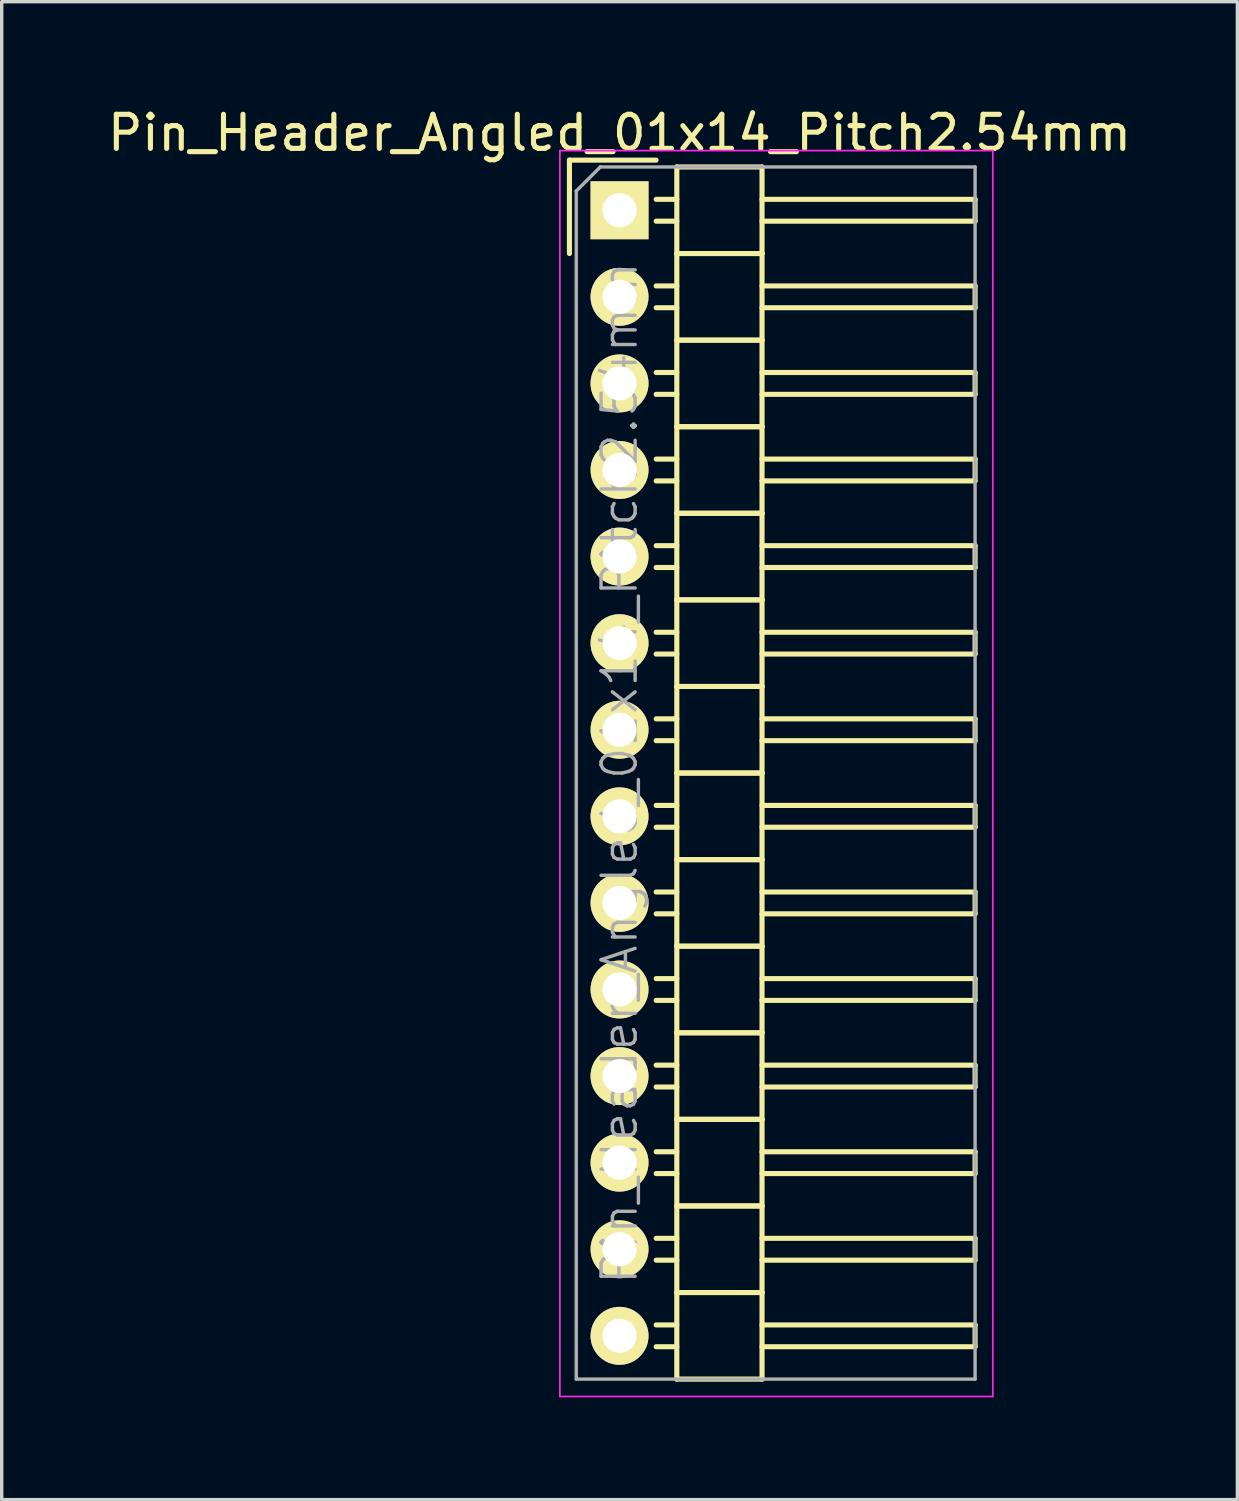
<source format=kicad_pcb>
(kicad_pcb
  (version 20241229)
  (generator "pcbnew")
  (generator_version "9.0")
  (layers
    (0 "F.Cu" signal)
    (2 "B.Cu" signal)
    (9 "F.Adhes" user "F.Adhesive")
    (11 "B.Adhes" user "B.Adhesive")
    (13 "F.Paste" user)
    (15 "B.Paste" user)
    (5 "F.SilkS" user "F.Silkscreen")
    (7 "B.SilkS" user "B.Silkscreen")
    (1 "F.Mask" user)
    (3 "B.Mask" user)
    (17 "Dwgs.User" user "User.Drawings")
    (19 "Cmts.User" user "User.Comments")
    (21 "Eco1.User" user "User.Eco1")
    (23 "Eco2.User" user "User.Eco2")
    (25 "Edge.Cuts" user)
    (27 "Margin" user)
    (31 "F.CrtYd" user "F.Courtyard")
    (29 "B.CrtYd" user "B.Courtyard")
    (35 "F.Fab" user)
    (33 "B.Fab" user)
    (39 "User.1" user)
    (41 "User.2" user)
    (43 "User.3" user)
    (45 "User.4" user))
  (footprint "Pin_Header_Angled_01x14_Pitch2.54mm"
    (layer "F.Cu")
    (at 15.125 3.118)
    (property "Reference" "Pin_Header_Angled_01x14_Pitch2.54mm" (at 0 -2.27 0) (layer "F.SilkS") (effects (font (size 1 1) (thickness 0.15))))
    (attr smd)
    (fp_line (start -1.47 -1.47) (end -1.47 1.27) (stroke (width 0.15) (type solid)) (layer "F.SilkS"))
    (fp_line (start -1.47 -1.47) (end 1.07 -1.47) (stroke (width 0.15) (type solid)) (layer "F.SilkS"))
    (fp_line (start 1.68 -0.32) (end 1.075 -0.32) (stroke (width 0.15) (type solid)) (layer "F.SilkS"))
    (fp_line (start 1.68 0.32) (end 1.075 0.32) (stroke (width 0.15) (type solid)) (layer "F.SilkS"))
    (fp_line (start 1.68 1.27) (end 1.68 -1.27) (stroke (width 0.15) (type solid)) (layer "F.SilkS"))
    (fp_line (start 1.68 2.22) (end 1.075 2.22) (stroke (width 0.15) (type solid)) (layer "F.SilkS"))
    (fp_line (start 1.68 2.86) (end 1.075 2.86) (stroke (width 0.15) (type solid)) (layer "F.SilkS"))
    (fp_line (start 1.68 3.81) (end 1.68 1.27) (stroke (width 0.15) (type solid)) (layer "F.SilkS"))
    (fp_line (start 1.68 4.76) (end 1.075 4.76) (stroke (width 0.15) (type solid)) (layer "F.SilkS"))
    (fp_line (start 1.68 5.4) (end 1.075 5.4) (stroke (width 0.15) (type solid)) (layer "F.SilkS"))
    (fp_line (start 1.68 6.35) (end 1.68 3.81) (stroke (width 0.15) (type solid)) (layer "F.SilkS"))
    (fp_line (start 1.68 7.3) (end 1.075 7.3) (stroke (width 0.15) (type solid)) (layer "F.SilkS"))
    (fp_line (start 1.68 7.94) (end 1.075 7.94) (stroke (width 0.15) (type solid)) (layer "F.SilkS"))
    (fp_line (start 1.68 8.89) (end 1.68 6.35) (stroke (width 0.15) (type solid)) (layer "F.SilkS"))
    (fp_line (start 1.68 9.84) (end 1.075 9.84) (stroke (width 0.15) (type solid)) (layer "F.SilkS"))
    (fp_line (start 1.68 10.48) (end 1.075 10.48) (stroke (width 0.15) (type solid)) (layer "F.SilkS"))
    (fp_line (start 1.68 11.43) (end 1.68 8.89) (stroke (width 0.15) (type solid)) (layer "F.SilkS"))
    (fp_line (start 1.68 12.38) (end 1.075 12.38) (stroke (width 0.15) (type solid)) (layer "F.SilkS"))
    (fp_line (start 1.68 13.02) (end 1.075 13.02) (stroke (width 0.15) (type solid)) (layer "F.SilkS"))
    (fp_line (start 1.68 13.97) (end 1.68 11.43) (stroke (width 0.15) (type solid)) (layer "F.SilkS"))
    (fp_line (start 1.68 14.92) (end 1.075 14.92) (stroke (width 0.15) (type solid)) (layer "F.SilkS"))
    (fp_line (start 1.68 15.56) (end 1.075 15.56) (stroke (width 0.15) (type solid)) (layer "F.SilkS"))
    (fp_line (start 1.68 16.51) (end 1.68 13.97) (stroke (width 0.15) (type solid)) (layer "F.SilkS"))
    (fp_line (start 1.68 17.46) (end 1.075 17.46) (stroke (width 0.15) (type solid)) (layer "F.SilkS"))
    (fp_line (start 1.68 18.1) (end 1.075 18.1) (stroke (width 0.15) (type solid)) (layer "F.SilkS"))
    (fp_line (start 1.68 19.05) (end 1.68 16.51) (stroke (width 0.15) (type solid)) (layer "F.SilkS"))
    (fp_line (start 1.68 20) (end 1.075 20) (stroke (width 0.15) (type solid)) (layer "F.SilkS"))
    (fp_line (start 1.68 20.64) (end 1.075 20.64) (stroke (width 0.15) (type solid)) (layer "F.SilkS"))
    (fp_line (start 1.68 21.59) (end 1.68 19.05) (stroke (width 0.15) (type solid)) (layer "F.SilkS"))
    (fp_line (start 1.68 22.54) (end 1.075 22.54) (stroke (width 0.15) (type solid)) (layer "F.SilkS"))
    (fp_line (start 1.68 23.18) (end 1.075 23.18) (stroke (width 0.15) (type solid)) (layer "F.SilkS"))
    (fp_line (start 1.68 24.13) (end 1.68 21.59) (stroke (width 0.15) (type solid)) (layer "F.SilkS"))
    (fp_line (start 1.68 25.08) (end 1.075 25.08) (stroke (width 0.15) (type solid)) (layer "F.SilkS"))
    (fp_line (start 1.68 25.72) (end 1.075 25.72) (stroke (width 0.15) (type solid)) (layer "F.SilkS"))
    (fp_line (start 1.68 26.67) (end 1.68 24.13) (stroke (width 0.15) (type solid)) (layer "F.SilkS"))
    (fp_line (start 1.68 27.62) (end 1.075 27.62) (stroke (width 0.15) (type solid)) (layer "F.SilkS"))
    (fp_line (start 1.68 28.26) (end 1.075 28.26) (stroke (width 0.15) (type solid)) (layer "F.SilkS"))
    (fp_line (start 1.68 29.21) (end 1.68 26.67) (stroke (width 0.15) (type solid)) (layer "F.SilkS"))
    (fp_line (start 1.68 30.16) (end 1.075 30.16) (stroke (width 0.15) (type solid)) (layer "F.SilkS"))
    (fp_line (start 1.68 30.8) (end 1.075 30.8) (stroke (width 0.15) (type solid)) (layer "F.SilkS"))
    (fp_line (start 1.68 31.75) (end 1.68 29.21) (stroke (width 0.15) (type solid)) (layer "F.SilkS"))
    (fp_line (start 1.68 32.7) (end 1.075 32.7) (stroke (width 0.15) (type solid)) (layer "F.SilkS"))
    (fp_line (start 1.68 33.34) (end 1.075 33.34) (stroke (width 0.15) (type solid)) (layer "F.SilkS"))
    (fp_line (start 1.68 34.29) (end 1.68 31.75) (stroke (width 0.15) (type solid)) (layer "F.SilkS"))
    (fp_line (start 4.18 -1.27) (end 1.68 -1.27) (stroke (width 0.15) (type solid)) (layer "F.SilkS"))
    (fp_line (start 4.18 -0.32) (end 10.43 -0.32) (stroke (width 0.15) (type solid)) (layer "F.SilkS"))
    (fp_line (start 4.18 0.32) (end 10.43 0.32) (stroke (width 0.15) (type solid)) (layer "F.SilkS"))
    (fp_line (start 4.18 1.27) (end 1.68 1.27) (stroke (width 0.15) (type solid)) (layer "F.SilkS"))
    (fp_line (start 4.18 1.27) (end 1.68 1.27) (stroke (width 0.15) (type solid)) (layer "F.SilkS"))
    (fp_line (start 4.18 1.27) (end 4.18 -1.27) (stroke (width 0.15) (type solid)) (layer "F.SilkS"))
    (fp_line (start 4.18 2.22) (end 10.43 2.22) (stroke (width 0.15) (type solid)) (layer "F.SilkS"))
    (fp_line (start 4.18 2.86) (end 10.43 2.86) (stroke (width 0.15) (type solid)) (layer "F.SilkS"))
    (fp_line (start 4.18 3.81) (end 1.68 3.81) (stroke (width 0.15) (type solid)) (layer "F.SilkS"))
    (fp_line (start 4.18 3.81) (end 1.68 3.81) (stroke (width 0.15) (type solid)) (layer "F.SilkS"))
    (fp_line (start 4.18 3.81) (end 4.18 1.27) (stroke (width 0.15) (type solid)) (layer "F.SilkS"))
    (fp_line (start 4.18 4.76) (end 10.43 4.76) (stroke (width 0.15) (type solid)) (layer "F.SilkS"))
    (fp_line (start 4.18 5.4) (end 10.43 5.4) (stroke (width 0.15) (type solid)) (layer "F.SilkS"))
    (fp_line (start 4.18 6.35) (end 1.68 6.35) (stroke (width 0.15) (type solid)) (layer "F.SilkS"))
    (fp_line (start 4.18 6.35) (end 1.68 6.35) (stroke (width 0.15) (type solid)) (layer "F.SilkS"))
    (fp_line (start 4.18 6.35) (end 4.18 3.81) (stroke (width 0.15) (type solid)) (layer "F.SilkS"))
    (fp_line (start 4.18 7.3) (end 10.43 7.3) (stroke (width 0.15) (type solid)) (layer "F.SilkS"))
    (fp_line (start 4.18 7.94) (end 10.43 7.94) (stroke (width 0.15) (type solid)) (layer "F.SilkS"))
    (fp_line (start 4.18 8.89) (end 1.68 8.89) (stroke (width 0.15) (type solid)) (layer "F.SilkS"))
    (fp_line (start 4.18 8.89) (end 1.68 8.89) (stroke (width 0.15) (type solid)) (layer "F.SilkS"))
    (fp_line (start 4.18 8.89) (end 4.18 6.35) (stroke (width 0.15) (type solid)) (layer "F.SilkS"))
    (fp_line (start 4.18 9.84) (end 10.43 9.84) (stroke (width 0.15) (type solid)) (layer "F.SilkS"))
    (fp_line (start 4.18 10.48) (end 10.43 10.48) (stroke (width 0.15) (type solid)) (layer "F.SilkS"))
    (fp_line (start 4.18 11.43) (end 1.68 11.43) (stroke (width 0.15) (type solid)) (layer "F.SilkS"))
    (fp_line (start 4.18 11.43) (end 1.68 11.43) (stroke (width 0.15) (type solid)) (layer "F.SilkS"))
    (fp_line (start 4.18 11.43) (end 4.18 8.89) (stroke (width 0.15) (type solid)) (layer "F.SilkS"))
    (fp_line (start 4.18 12.38) (end 10.43 12.38) (stroke (width 0.15) (type solid)) (layer "F.SilkS"))
    (fp_line (start 4.18 13.02) (end 10.43 13.02) (stroke (width 0.15) (type solid)) (layer "F.SilkS"))
    (fp_line (start 4.18 13.97) (end 1.68 13.97) (stroke (width 0.15) (type solid)) (layer "F.SilkS"))
    (fp_line (start 4.18 13.97) (end 1.68 13.97) (stroke (width 0.15) (type solid)) (layer "F.SilkS"))
    (fp_line (start 4.18 13.97) (end 4.18 11.43) (stroke (width 0.15) (type solid)) (layer "F.SilkS"))
    (fp_line (start 4.18 14.92) (end 10.43 14.92) (stroke (width 0.15) (type solid)) (layer "F.SilkS"))
    (fp_line (start 4.18 15.56) (end 10.43 15.56) (stroke (width 0.15) (type solid)) (layer "F.SilkS"))
    (fp_line (start 4.18 16.51) (end 1.68 16.51) (stroke (width 0.15) (type solid)) (layer "F.SilkS"))
    (fp_line (start 4.18 16.51) (end 1.68 16.51) (stroke (width 0.15) (type solid)) (layer "F.SilkS"))
    (fp_line (start 4.18 16.51) (end 4.18 13.97) (stroke (width 0.15) (type solid)) (layer "F.SilkS"))
    (fp_line (start 4.18 17.46) (end 10.43 17.46) (stroke (width 0.15) (type solid)) (layer "F.SilkS"))
    (fp_line (start 4.18 18.1) (end 10.43 18.1) (stroke (width 0.15) (type solid)) (layer "F.SilkS"))
    (fp_line (start 4.18 19.05) (end 1.68 19.05) (stroke (width 0.15) (type solid)) (layer "F.SilkS"))
    (fp_line (start 4.18 19.05) (end 1.68 19.05) (stroke (width 0.15) (type solid)) (layer "F.SilkS"))
    (fp_line (start 4.18 19.05) (end 4.18 16.51) (stroke (width 0.15) (type solid)) (layer "F.SilkS"))
    (fp_line (start 4.18 20) (end 10.43 20) (stroke (width 0.15) (type solid)) (layer "F.SilkS"))
    (fp_line (start 4.18 20.64) (end 10.43 20.64) (stroke (width 0.15) (type solid)) (layer "F.SilkS"))
    (fp_line (start 4.18 21.59) (end 1.68 21.59) (stroke (width 0.15) (type solid)) (layer "F.SilkS"))
    (fp_line (start 4.18 21.59) (end 1.68 21.59) (stroke (width 0.15) (type solid)) (layer "F.SilkS"))
    (fp_line (start 4.18 21.59) (end 4.18 19.05) (stroke (width 0.15) (type solid)) (layer "F.SilkS"))
    (fp_line (start 4.18 22.54) (end 10.43 22.54) (stroke (width 0.15) (type solid)) (layer "F.SilkS"))
    (fp_line (start 4.18 23.18) (end 10.43 23.18) (stroke (width 0.15) (type solid)) (layer "F.SilkS"))
    (fp_line (start 4.18 24.13) (end 1.68 24.13) (stroke (width 0.15) (type solid)) (layer "F.SilkS"))
    (fp_line (start 4.18 24.13) (end 1.68 24.13) (stroke (width 0.15) (type solid)) (layer "F.SilkS"))
    (fp_line (start 4.18 24.13) (end 4.18 21.59) (stroke (width 0.15) (type solid)) (layer "F.SilkS"))
    (fp_line (start 4.18 25.08) (end 10.43 25.08) (stroke (width 0.15) (type solid)) (layer "F.SilkS"))
    (fp_line (start 4.18 25.72) (end 10.43 25.72) (stroke (width 0.15) (type solid)) (layer "F.SilkS"))
    (fp_line (start 4.18 26.67) (end 1.68 26.67) (stroke (width 0.15) (type solid)) (layer "F.SilkS"))
    (fp_line (start 4.18 26.67) (end 1.68 26.67) (stroke (width 0.15) (type solid)) (layer "F.SilkS"))
    (fp_line (start 4.18 26.67) (end 4.18 24.13) (stroke (width 0.15) (type solid)) (layer "F.SilkS"))
    (fp_line (start 4.18 27.62) (end 10.43 27.62) (stroke (width 0.15) (type solid)) (layer "F.SilkS"))
    (fp_line (start 4.18 28.26) (end 10.43 28.26) (stroke (width 0.15) (type solid)) (layer "F.SilkS"))
    (fp_line (start 4.18 29.21) (end 1.68 29.21) (stroke (width 0.15) (type solid)) (layer "F.SilkS"))
    (fp_line (start 4.18 29.21) (end 1.68 29.21) (stroke (width 0.15) (type solid)) (layer "F.SilkS"))
    (fp_line (start 4.18 29.21) (end 4.18 26.67) (stroke (width 0.15) (type solid)) (layer "F.SilkS"))
    (fp_line (start 4.18 30.16) (end 10.43 30.16) (stroke (width 0.15) (type solid)) (layer "F.SilkS"))
    (fp_line (start 4.18 30.8) (end 10.43 30.8) (stroke (width 0.15) (type solid)) (layer "F.SilkS"))
    (fp_line (start 4.18 31.75) (end 1.68 31.75) (stroke (width 0.15) (type solid)) (layer "F.SilkS"))
    (fp_line (start 4.18 31.75) (end 1.68 31.75) (stroke (width 0.15) (type solid)) (layer "F.SilkS"))
    (fp_line (start 4.18 31.75) (end 4.18 29.21) (stroke (width 0.15) (type solid)) (layer "F.SilkS"))
    (fp_line (start 4.18 32.7) (end 10.43 32.7) (stroke (width 0.15) (type solid)) (layer "F.SilkS"))
    (fp_line (start 4.18 33.34) (end 10.43 33.34) (stroke (width 0.15) (type solid)) (layer "F.SilkS"))
    (fp_line (start 4.18 34.29) (end 1.68 34.29) (stroke (width 0.15) (type solid)) (layer "F.SilkS"))
    (fp_line (start 4.18 34.29) (end 4.18 31.75) (stroke (width 0.15) (type solid)) (layer "F.SilkS"))
    (fp_line (start 10.43 0.32) (end 10.43 -0.32) (stroke (width 0.15) (type solid)) (layer "F.SilkS"))
    (fp_line (start 10.43 2.86) (end 10.43 2.22) (stroke (width 0.15) (type solid)) (layer "F.SilkS"))
    (fp_line (start 10.43 5.4) (end 10.43 4.76) (stroke (width 0.15) (type solid)) (layer "F.SilkS"))
    (fp_line (start 10.43 7.94) (end 10.43 7.3) (stroke (width 0.15) (type solid)) (layer "F.SilkS"))
    (fp_line (start 10.43 10.48) (end 10.43 9.84) (stroke (width 0.15) (type solid)) (layer "F.SilkS"))
    (fp_line (start 10.43 13.02) (end 10.43 12.38) (stroke (width 0.15) (type solid)) (layer "F.SilkS"))
    (fp_line (start 10.43 15.56) (end 10.43 14.92) (stroke (width 0.15) (type solid)) (layer "F.SilkS"))
    (fp_line (start 10.43 18.1) (end 10.43 17.46) (stroke (width 0.15) (type solid)) (layer "F.SilkS"))
    (fp_line (start 10.43 20.64) (end 10.43 20) (stroke (width 0.15) (type solid)) (layer "F.SilkS"))
    (fp_line (start 10.43 23.18) (end 10.43 22.54) (stroke (width 0.15) (type solid)) (layer "F.SilkS"))
    (fp_line (start 10.43 25.72) (end 10.43 25.08) (stroke (width 0.15) (type solid)) (layer "F.SilkS"))
    (fp_line (start 10.43 28.26) (end 10.43 27.62) (stroke (width 0.15) (type solid)) (layer "F.SilkS"))
    (fp_line (start 10.43 30.8) (end 10.43 30.16) (stroke (width 0.15) (type solid)) (layer "F.SilkS"))
    (fp_line (start 10.43 33.34) (end 10.43 32.7) (stroke (width 0.15) (type solid)) (layer "F.SilkS"))
    (fp_line (start -1.75 -1.75) (end -1.75 34.8) (stroke (width 0.05) (type solid)) (layer "F.CrtYd"))
    (fp_line (start 10.95 -1.75) (end -1.75 -1.75) (stroke (width 0.05) (type solid)) (layer "F.CrtYd"))
    (fp_line (start 10.95 -1.75) (end 10.95 34.8) (stroke (width 0.05) (type solid)) (layer "F.CrtYd"))
    (fp_line (start 10.95 34.8) (end -1.75 34.8) (stroke (width 0.05) (type solid)) (layer "F.CrtYd"))
    (fp_line (start -1.27 -0.563) (end -0.563 -1.27) (stroke (width 0.1) (type solid)) (layer "F.Fab"))
    (fp_line (start -1.27 34.29) (end -1.27 -0.563) (stroke (width 0.1) (type solid)) (layer "F.Fab"))
    (fp_line (start 10.43 -1.27) (end -0.563 -1.27) (stroke (width 0.1) (type solid)) (layer "F.Fab"))
    (fp_line (start 10.43 34.29) (end -1.27 34.29) (stroke (width 0.1) (type solid)) (layer "F.Fab"))
    (fp_line (start 10.43 34.29) (end 10.43 -1.27) (stroke (width 0.1) (type solid)) (layer "F.Fab"))
    (fp_text user "${REFERENCE}" (at 0 16.51 90) (layer "F.Fab") (effects (font (size 1 1) (thickness 0.1))))
    (pad "1" thru_hole rect (at 0 0) (size 1.7 1.7) (drill 1) (layers "*.Cu" "*.Mask" "F.SilkS"))
    (pad "2" thru_hole oval (at 0 2.54) (size 1.7 1.7) (drill 1) (layers "*.Cu" "*.Mask" "F.SilkS"))
    (pad "3" thru_hole oval (at 0 5.08) (size 1.7 1.7) (drill 1) (layers "*.Cu" "*.Mask" "F.SilkS"))
    (pad "4" thru_hole oval (at 0 7.62) (size 1.7 1.7) (drill 1) (layers "*.Cu" "*.Mask" "F.SilkS"))
    (pad "5" thru_hole oval (at 0 10.16) (size 1.7 1.7) (drill 1) (layers "*.Cu" "*.Mask" "F.SilkS"))
    (pad "6" thru_hole oval (at 0 12.7) (size 1.7 1.7) (drill 1) (layers "*.Cu" "*.Mask" "F.SilkS"))
    (pad "7" thru_hole oval (at 0 15.24) (size 1.7 1.7) (drill 1) (layers "*.Cu" "*.Mask" "F.SilkS"))
    (pad "8" thru_hole oval (at 0 17.78) (size 1.7 1.7) (drill 1) (layers "*.Cu" "*.Mask" "F.SilkS"))
    (pad "9" thru_hole oval (at 0 20.32) (size 1.7 1.7) (drill 1) (layers "*.Cu" "*.Mask" "F.SilkS"))
    (pad "10" thru_hole oval (at 0 22.86) (size 1.7 1.7) (drill 1) (layers "*.Cu" "*.Mask" "F.SilkS"))
    (pad "11" thru_hole oval (at 0 25.4) (size 1.7 1.7) (drill 1) (layers "*.Cu" "*.Mask" "F.SilkS"))
    (pad "12" thru_hole oval (at 0 27.94) (size 1.7 1.7) (drill 1) (layers "*.Cu" "*.Mask" "F.SilkS"))
    (pad "13" thru_hole oval (at 0 30.48) (size 1.7 1.7) (drill 1) (layers "*.Cu" "*.Mask" "F.SilkS"))
    (pad "14" thru_hole oval (at 0 33.02) (size 1.7 1.7) (drill 1) (layers "*.Cu" "*.Mask" "F.SilkS")))
  (gr_rect
    (start -3 -3)
    (end 33.25 40.943)
    (stroke (width 0.1) (type default))
    (fill no)
    (layer "Edge.Cuts")))
</source>
